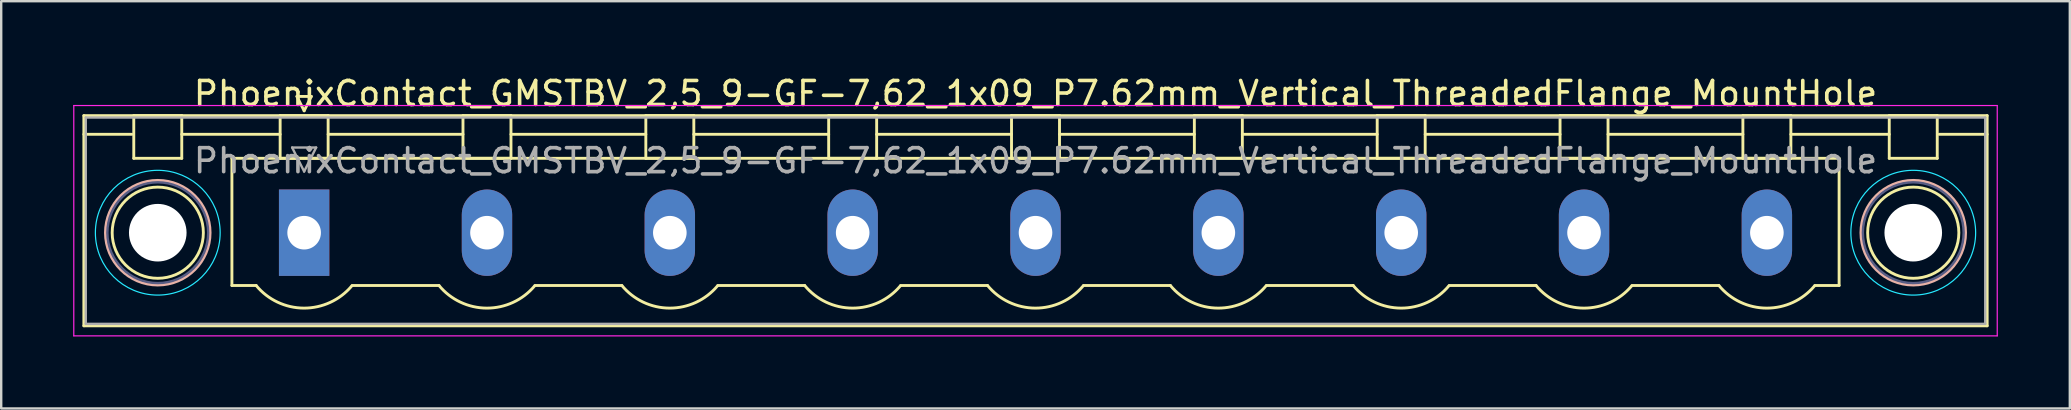
<source format=kicad_pcb>
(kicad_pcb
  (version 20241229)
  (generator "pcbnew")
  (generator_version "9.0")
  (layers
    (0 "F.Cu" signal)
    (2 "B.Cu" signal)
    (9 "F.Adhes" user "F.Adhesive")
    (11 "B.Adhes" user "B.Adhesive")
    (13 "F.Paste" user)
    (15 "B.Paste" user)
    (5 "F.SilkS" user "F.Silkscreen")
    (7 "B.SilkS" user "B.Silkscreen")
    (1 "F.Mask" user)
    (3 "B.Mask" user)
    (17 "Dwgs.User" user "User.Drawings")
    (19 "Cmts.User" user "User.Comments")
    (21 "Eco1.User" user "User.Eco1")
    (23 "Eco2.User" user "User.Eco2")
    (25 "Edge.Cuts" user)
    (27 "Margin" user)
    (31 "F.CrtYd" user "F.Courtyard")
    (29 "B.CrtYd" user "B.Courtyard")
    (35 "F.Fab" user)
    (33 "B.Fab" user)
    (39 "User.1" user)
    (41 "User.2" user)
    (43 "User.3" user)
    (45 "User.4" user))
  (footprint "PhoenixContact_GMSTBV_2,5_9-GF-7,62_1x09_P7.62mm_Vertical_ThreadedFlange_MountHole"
    (layer "F.Cu")
    (at 9.625 6.648)
    (property "Reference" "PhoenixContact_GMSTBV_2,5_9-GF-7,62_1x09_P7.62mm_Vertical_ThreadedFlange_MountHole" (at 30.48 -5.8 0) (layer "F.SilkS") (effects (font (size 1 1) (thickness 0.15))))
    (attr through_hole)
    (fp_line (start -9.18 -4.88) (end -9.18 3.88) (stroke (width 0.12) (type solid)) (layer "F.SilkS"))
    (fp_line (start -9.18 -4.1) (end -7.18 -4.1) (stroke (width 0.12) (type solid)) (layer "F.SilkS"))
    (fp_line (start -9.18 3.88) (end 70.14 3.88) (stroke (width 0.12) (type solid)) (layer "F.SilkS"))
    (fp_line (start -7.1 -4.88) (end -5.1 -4.88) (stroke (width 0.12) (type solid)) (layer "F.SilkS"))
    (fp_line (start -7.1 -3.1) (end -7.1 -4.88) (stroke (width 0.12) (type solid)) (layer "F.SilkS"))
    (fp_line (start -5.1 -4.88) (end -5.1 -3.1) (stroke (width 0.12) (type solid)) (layer "F.SilkS"))
    (fp_line (start -5.1 -4.1) (end -1 -4.1) (stroke (width 0.12) (type solid)) (layer "F.SilkS"))
    (fp_line (start -5.1 -3.1) (end -7.1 -3.1) (stroke (width 0.12) (type solid)) (layer "F.SilkS"))
    (fp_line (start -3.01 -3.1) (end 63.97 -3.1) (stroke (width 0.12) (type solid)) (layer "F.SilkS"))
    (fp_line (start -3.01 2.2) (end -3.01 -3.1) (stroke (width 0.12) (type solid)) (layer "F.SilkS"))
    (fp_line (start -2 2.2) (end -3.01 2.2) (stroke (width 0.12) (type solid)) (layer "F.SilkS"))
    (fp_line (start -1 -4.88) (end 1 -4.88) (stroke (width 0.12) (type solid)) (layer "F.SilkS"))
    (fp_line (start -1 -3.1) (end -1 -4.88) (stroke (width 0.12) (type solid)) (layer "F.SilkS"))
    (fp_line (start -0.3 -5.68) (end 0.3 -5.68) (stroke (width 0.12) (type solid)) (layer "F.SilkS"))
    (fp_line (start 0 -5.08) (end -0.3 -5.68) (stroke (width 0.12) (type solid)) (layer "F.SilkS"))
    (fp_line (start 0.3 -5.68) (end 0 -5.08) (stroke (width 0.12) (type solid)) (layer "F.SilkS"))
    (fp_line (start 1 -4.88) (end 1 -3.1) (stroke (width 0.12) (type solid)) (layer "F.SilkS"))
    (fp_line (start 1 -4.1) (end 6.62 -4.1) (stroke (width 0.12) (type solid)) (layer "F.SilkS"))
    (fp_line (start 1 -3.1) (end -1 -3.1) (stroke (width 0.12) (type solid)) (layer "F.SilkS"))
    (fp_line (start 2 2.2) (end 5.62 2.2) (stroke (width 0.12) (type solid)) (layer "F.SilkS"))
    (fp_line (start 6.62 -4.88) (end 8.62 -4.88) (stroke (width 0.12) (type solid)) (layer "F.SilkS"))
    (fp_line (start 6.62 -3.1) (end 6.62 -4.88) (stroke (width 0.12) (type solid)) (layer "F.SilkS"))
    (fp_line (start 8.62 -4.88) (end 8.62 -3.1) (stroke (width 0.12) (type solid)) (layer "F.SilkS"))
    (fp_line (start 8.62 -4.1) (end 14.24 -4.1) (stroke (width 0.12) (type solid)) (layer "F.SilkS"))
    (fp_line (start 8.62 -3.1) (end 6.62 -3.1) (stroke (width 0.12) (type solid)) (layer "F.SilkS"))
    (fp_line (start 9.62 2.2) (end 13.24 2.2) (stroke (width 0.12) (type solid)) (layer "F.SilkS"))
    (fp_line (start 14.24 -4.88) (end 16.24 -4.88) (stroke (width 0.12) (type solid)) (layer "F.SilkS"))
    (fp_line (start 14.24 -3.1) (end 14.24 -4.88) (stroke (width 0.12) (type solid)) (layer "F.SilkS"))
    (fp_line (start 16.24 -4.88) (end 16.24 -3.1) (stroke (width 0.12) (type solid)) (layer "F.SilkS"))
    (fp_line (start 16.24 -4.1) (end 21.86 -4.1) (stroke (width 0.12) (type solid)) (layer "F.SilkS"))
    (fp_line (start 16.24 -3.1) (end 14.24 -3.1) (stroke (width 0.12) (type solid)) (layer "F.SilkS"))
    (fp_line (start 17.24 2.2) (end 20.86 2.2) (stroke (width 0.12) (type solid)) (layer "F.SilkS"))
    (fp_line (start 21.86 -4.88) (end 23.86 -4.88) (stroke (width 0.12) (type solid)) (layer "F.SilkS"))
    (fp_line (start 21.86 -3.1) (end 21.86 -4.88) (stroke (width 0.12) (type solid)) (layer "F.SilkS"))
    (fp_line (start 23.86 -4.88) (end 23.86 -3.1) (stroke (width 0.12) (type solid)) (layer "F.SilkS"))
    (fp_line (start 23.86 -4.1) (end 29.48 -4.1) (stroke (width 0.12) (type solid)) (layer "F.SilkS"))
    (fp_line (start 23.86 -3.1) (end 21.86 -3.1) (stroke (width 0.12) (type solid)) (layer "F.SilkS"))
    (fp_line (start 24.86 2.2) (end 28.48 2.2) (stroke (width 0.12) (type solid)) (layer "F.SilkS"))
    (fp_line (start 29.48 -4.88) (end 31.48 -4.88) (stroke (width 0.12) (type solid)) (layer "F.SilkS"))
    (fp_line (start 29.48 -3.1) (end 29.48 -4.88) (stroke (width 0.12) (type solid)) (layer "F.SilkS"))
    (fp_line (start 31.48 -4.88) (end 31.48 -3.1) (stroke (width 0.12) (type solid)) (layer "F.SilkS"))
    (fp_line (start 31.48 -4.1) (end 37.1 -4.1) (stroke (width 0.12) (type solid)) (layer "F.SilkS"))
    (fp_line (start 31.48 -3.1) (end 29.48 -3.1) (stroke (width 0.12) (type solid)) (layer "F.SilkS"))
    (fp_line (start 32.48 2.2) (end 36.1 2.2) (stroke (width 0.12) (type solid)) (layer "F.SilkS"))
    (fp_line (start 37.1 -4.88) (end 39.1 -4.88) (stroke (width 0.12) (type solid)) (layer "F.SilkS"))
    (fp_line (start 37.1 -3.1) (end 37.1 -4.88) (stroke (width 0.12) (type solid)) (layer "F.SilkS"))
    (fp_line (start 39.1 -4.88) (end 39.1 -3.1) (stroke (width 0.12) (type solid)) (layer "F.SilkS"))
    (fp_line (start 39.1 -4.1) (end 44.72 -4.1) (stroke (width 0.12) (type solid)) (layer "F.SilkS"))
    (fp_line (start 39.1 -3.1) (end 37.1 -3.1) (stroke (width 0.12) (type solid)) (layer "F.SilkS"))
    (fp_line (start 40.1 2.2) (end 43.72 2.2) (stroke (width 0.12) (type solid)) (layer "F.SilkS"))
    (fp_line (start 44.72 -4.88) (end 46.72 -4.88) (stroke (width 0.12) (type solid)) (layer "F.SilkS"))
    (fp_line (start 44.72 -3.1) (end 44.72 -4.88) (stroke (width 0.12) (type solid)) (layer "F.SilkS"))
    (fp_line (start 46.72 -4.88) (end 46.72 -3.1) (stroke (width 0.12) (type solid)) (layer "F.SilkS"))
    (fp_line (start 46.72 -4.1) (end 52.34 -4.1) (stroke (width 0.12) (type solid)) (layer "F.SilkS"))
    (fp_line (start 46.72 -3.1) (end 44.72 -3.1) (stroke (width 0.12) (type solid)) (layer "F.SilkS"))
    (fp_line (start 47.72 2.2) (end 51.34 2.2) (stroke (width 0.12) (type solid)) (layer "F.SilkS"))
    (fp_line (start 52.34 -4.88) (end 54.34 -4.88) (stroke (width 0.12) (type solid)) (layer "F.SilkS"))
    (fp_line (start 52.34 -3.1) (end 52.34 -4.88) (stroke (width 0.12) (type solid)) (layer "F.SilkS"))
    (fp_line (start 54.34 -4.88) (end 54.34 -3.1) (stroke (width 0.12) (type solid)) (layer "F.SilkS"))
    (fp_line (start 54.34 -4.1) (end 59.96 -4.1) (stroke (width 0.12) (type solid)) (layer "F.SilkS"))
    (fp_line (start 54.34 -3.1) (end 52.34 -3.1) (stroke (width 0.12) (type solid)) (layer "F.SilkS"))
    (fp_line (start 55.34 2.2) (end 58.96 2.2) (stroke (width 0.12) (type solid)) (layer "F.SilkS"))
    (fp_line (start 59.96 -4.88) (end 61.96 -4.88) (stroke (width 0.12) (type solid)) (layer "F.SilkS"))
    (fp_line (start 59.96 -3.1) (end 59.96 -4.88) (stroke (width 0.12) (type solid)) (layer "F.SilkS"))
    (fp_line (start 61.96 -4.88) (end 61.96 -3.1) (stroke (width 0.12) (type solid)) (layer "F.SilkS"))
    (fp_line (start 61.96 -4.1) (end 66.06 -4.1) (stroke (width 0.12) (type solid)) (layer "F.SilkS"))
    (fp_line (start 61.96 -3.1) (end 59.96 -3.1) (stroke (width 0.12) (type solid)) (layer "F.SilkS"))
    (fp_line (start 63.97 -3.1) (end 63.97 2.2) (stroke (width 0.12) (type solid)) (layer "F.SilkS"))
    (fp_line (start 63.97 2.2) (end 62.96 2.2) (stroke (width 0.12) (type solid)) (layer "F.SilkS"))
    (fp_line (start 66.06 -4.88) (end 68.06 -4.88) (stroke (width 0.12) (type solid)) (layer "F.SilkS"))
    (fp_line (start 66.06 -3.1) (end 66.06 -4.88) (stroke (width 0.12) (type solid)) (layer "F.SilkS"))
    (fp_line (start 68.06 -4.88) (end 68.06 -3.1) (stroke (width 0.12) (type solid)) (layer "F.SilkS"))
    (fp_line (start 68.06 -3.1) (end 66.06 -3.1) (stroke (width 0.12) (type solid)) (layer "F.SilkS"))
    (fp_line (start 70.14 -4.88) (end -9.18 -4.88) (stroke (width 0.12) (type solid)) (layer "F.SilkS"))
    (fp_line (start 70.14 -4.1) (end 68.14 -4.1) (stroke (width 0.12) (type solid)) (layer "F.SilkS"))
    (fp_line (start 70.14 3.88) (end 70.14 -4.88) (stroke (width 0.12) (type solid)) (layer "F.SilkS"))
    (fp_arc (start 1.986842 2.215821) (mid -0.010289 3.142758) (end -2 2.2) (stroke (width 0.12) (type solid)) (layer "F.SilkS"))
    (fp_arc (start 9.606842 2.215821) (mid 7.609711 3.142758) (end 5.62 2.2) (stroke (width 0.12) (type solid)) (layer "F.SilkS"))
    (fp_arc (start 17.226842 2.215821) (mid 15.229711 3.142758) (end 13.24 2.2) (stroke (width 0.12) (type solid)) (layer "F.SilkS"))
    (fp_arc (start 24.846842 2.215821) (mid 22.849711 3.142758) (end 20.86 2.2) (stroke (width 0.12) (type solid)) (layer "F.SilkS"))
    (fp_arc (start 32.466842 2.215821) (mid 30.469711 3.142758) (end 28.48 2.2) (stroke (width 0.12) (type solid)) (layer "F.SilkS"))
    (fp_arc (start 40.086842 2.215821) (mid 38.089711 3.142758) (end 36.1 2.2) (stroke (width 0.12) (type solid)) (layer "F.SilkS"))
    (fp_arc (start 47.706842 2.215821) (mid 45.709711 3.142758) (end 43.72 2.2) (stroke (width 0.12) (type solid)) (layer "F.SilkS"))
    (fp_arc (start 55.326842 2.215821) (mid 53.329711 3.142758) (end 51.34 2.2) (stroke (width 0.12) (type solid)) (layer "F.SilkS"))
    (fp_arc (start 62.946842 2.215821) (mid 60.949711 3.142758) (end 58.96 2.2) (stroke (width 0.12) (type solid)) (layer "F.SilkS"))
    (fp_circle (center -6.1 0) (end -4.2 0) (stroke (width 0.12) (type solid)) (fill no) (layer "F.SilkS"))
    (fp_circle (center 67.06 0) (end 68.96 0) (stroke (width 0.12) (type solid)) (fill no) (layer "F.SilkS"))
    (fp_circle (center -6.1 0) (end -3.92 0) (stroke (width 0.12) (type solid)) (fill no) (layer "B.SilkS"))
    (fp_circle (center 67.06 0) (end 69.24 0) (stroke (width 0.12) (type solid)) (fill no) (layer "B.SilkS"))
    (fp_circle (center -6.1 0) (end -3.5 0) (stroke (width 0.05) (type solid)) (fill no) (layer "B.CrtYd"))
    (fp_circle (center 67.06 0) (end 69.66 0) (stroke (width 0.05) (type solid)) (fill no) (layer "B.CrtYd"))
    (fp_line (start -9.6 -5.3) (end -9.6 4.3) (stroke (width 0.05) (type solid)) (layer "F.CrtYd"))
    (fp_line (start -9.6 4.3) (end 70.56 4.3) (stroke (width 0.05) (type solid)) (layer "F.CrtYd"))
    (fp_line (start 70.56 -5.3) (end -9.6 -5.3) (stroke (width 0.05) (type solid)) (layer "F.CrtYd"))
    (fp_line (start 70.56 4.3) (end 70.56 -5.3) (stroke (width 0.05) (type solid)) (layer "F.CrtYd"))
    (fp_circle (center -6.1 0) (end -4 0) (stroke (width 0.1) (type solid)) (fill no) (layer "B.Fab"))
    (fp_circle (center 67.06 0) (end 69.16 0) (stroke (width 0.1) (type solid)) (fill no) (layer "B.Fab"))
    (fp_line (start -9.1 -4.8) (end -9.1 3.8) (stroke (width 0.1) (type solid)) (layer "F.Fab"))
    (fp_line (start -9.1 3.8) (end 70.06 3.8) (stroke (width 0.1) (type solid)) (layer "F.Fab"))
    (fp_line (start -0.5 -3.55) (end 0.5 -3.55) (stroke (width 0.1) (type solid)) (layer "F.Fab"))
    (fp_line (start 0 -2.55) (end -0.5 -3.55) (stroke (width 0.1) (type solid)) (layer "F.Fab"))
    (fp_line (start 0.5 -3.55) (end 0 -2.55) (stroke (width 0.1) (type solid)) (layer "F.Fab"))
    (fp_line (start 70.06 -4.8) (end -9.1 -4.8) (stroke (width 0.1) (type solid)) (layer "F.Fab"))
    (fp_line (start 70.06 3.8) (end 70.06 -4.8) (stroke (width 0.1) (type solid)) (layer "F.Fab"))
    (fp_text user "${REFERENCE}" (at 30.48 -3 0) (layer "F.Fab") (effects (font (size 1 1) (thickness 0.15))))
    (pad "" np_thru_hole circle (at -6.1 0) (size 2.4 2.4) (drill 2.4) (layers "*.Cu" "*.Mask"))
    (pad "" np_thru_hole circle (at 67.06 0) (size 2.4 2.4) (drill 2.4) (layers "*.Cu" "*.Mask"))
    (pad "1" thru_hole rect (at 0 0) (size 2.1 3.6) (drill 1.4) (layers "*.Cu" "*.Mask"))
    (pad "2" thru_hole oval (at 7.62 0) (size 2.1 3.6) (drill 1.4) (layers "*.Cu" "*.Mask"))
    (pad "3" thru_hole oval (at 15.24 0) (size 2.1 3.6) (drill 1.4) (layers "*.Cu" "*.Mask"))
    (pad "4" thru_hole oval (at 22.86 0) (size 2.1 3.6) (drill 1.4) (layers "*.Cu" "*.Mask"))
    (pad "5" thru_hole oval (at 30.48 0) (size 2.1 3.6) (drill 1.4) (layers "*.Cu" "*.Mask"))
    (pad "6" thru_hole oval (at 38.1 0) (size 2.1 3.6) (drill 1.4) (layers "*.Cu" "*.Mask"))
    (pad "7" thru_hole oval (at 45.72 0) (size 2.1 3.6) (drill 1.4) (layers "*.Cu" "*.Mask"))
    (pad "8" thru_hole oval (at 53.34 0) (size 2.1 3.6) (drill 1.4) (layers "*.Cu" "*.Mask"))
    (pad "9" thru_hole oval (at 60.96 0) (size 2.1 3.6) (drill 1.4) (layers "*.Cu" "*.Mask")))
  (gr_rect
    (start -3 -3)
    (end 83.21 13.973)
    (stroke (width 0.1) (type default))
    (fill no)
    (layer "Edge.Cuts")))
</source>
